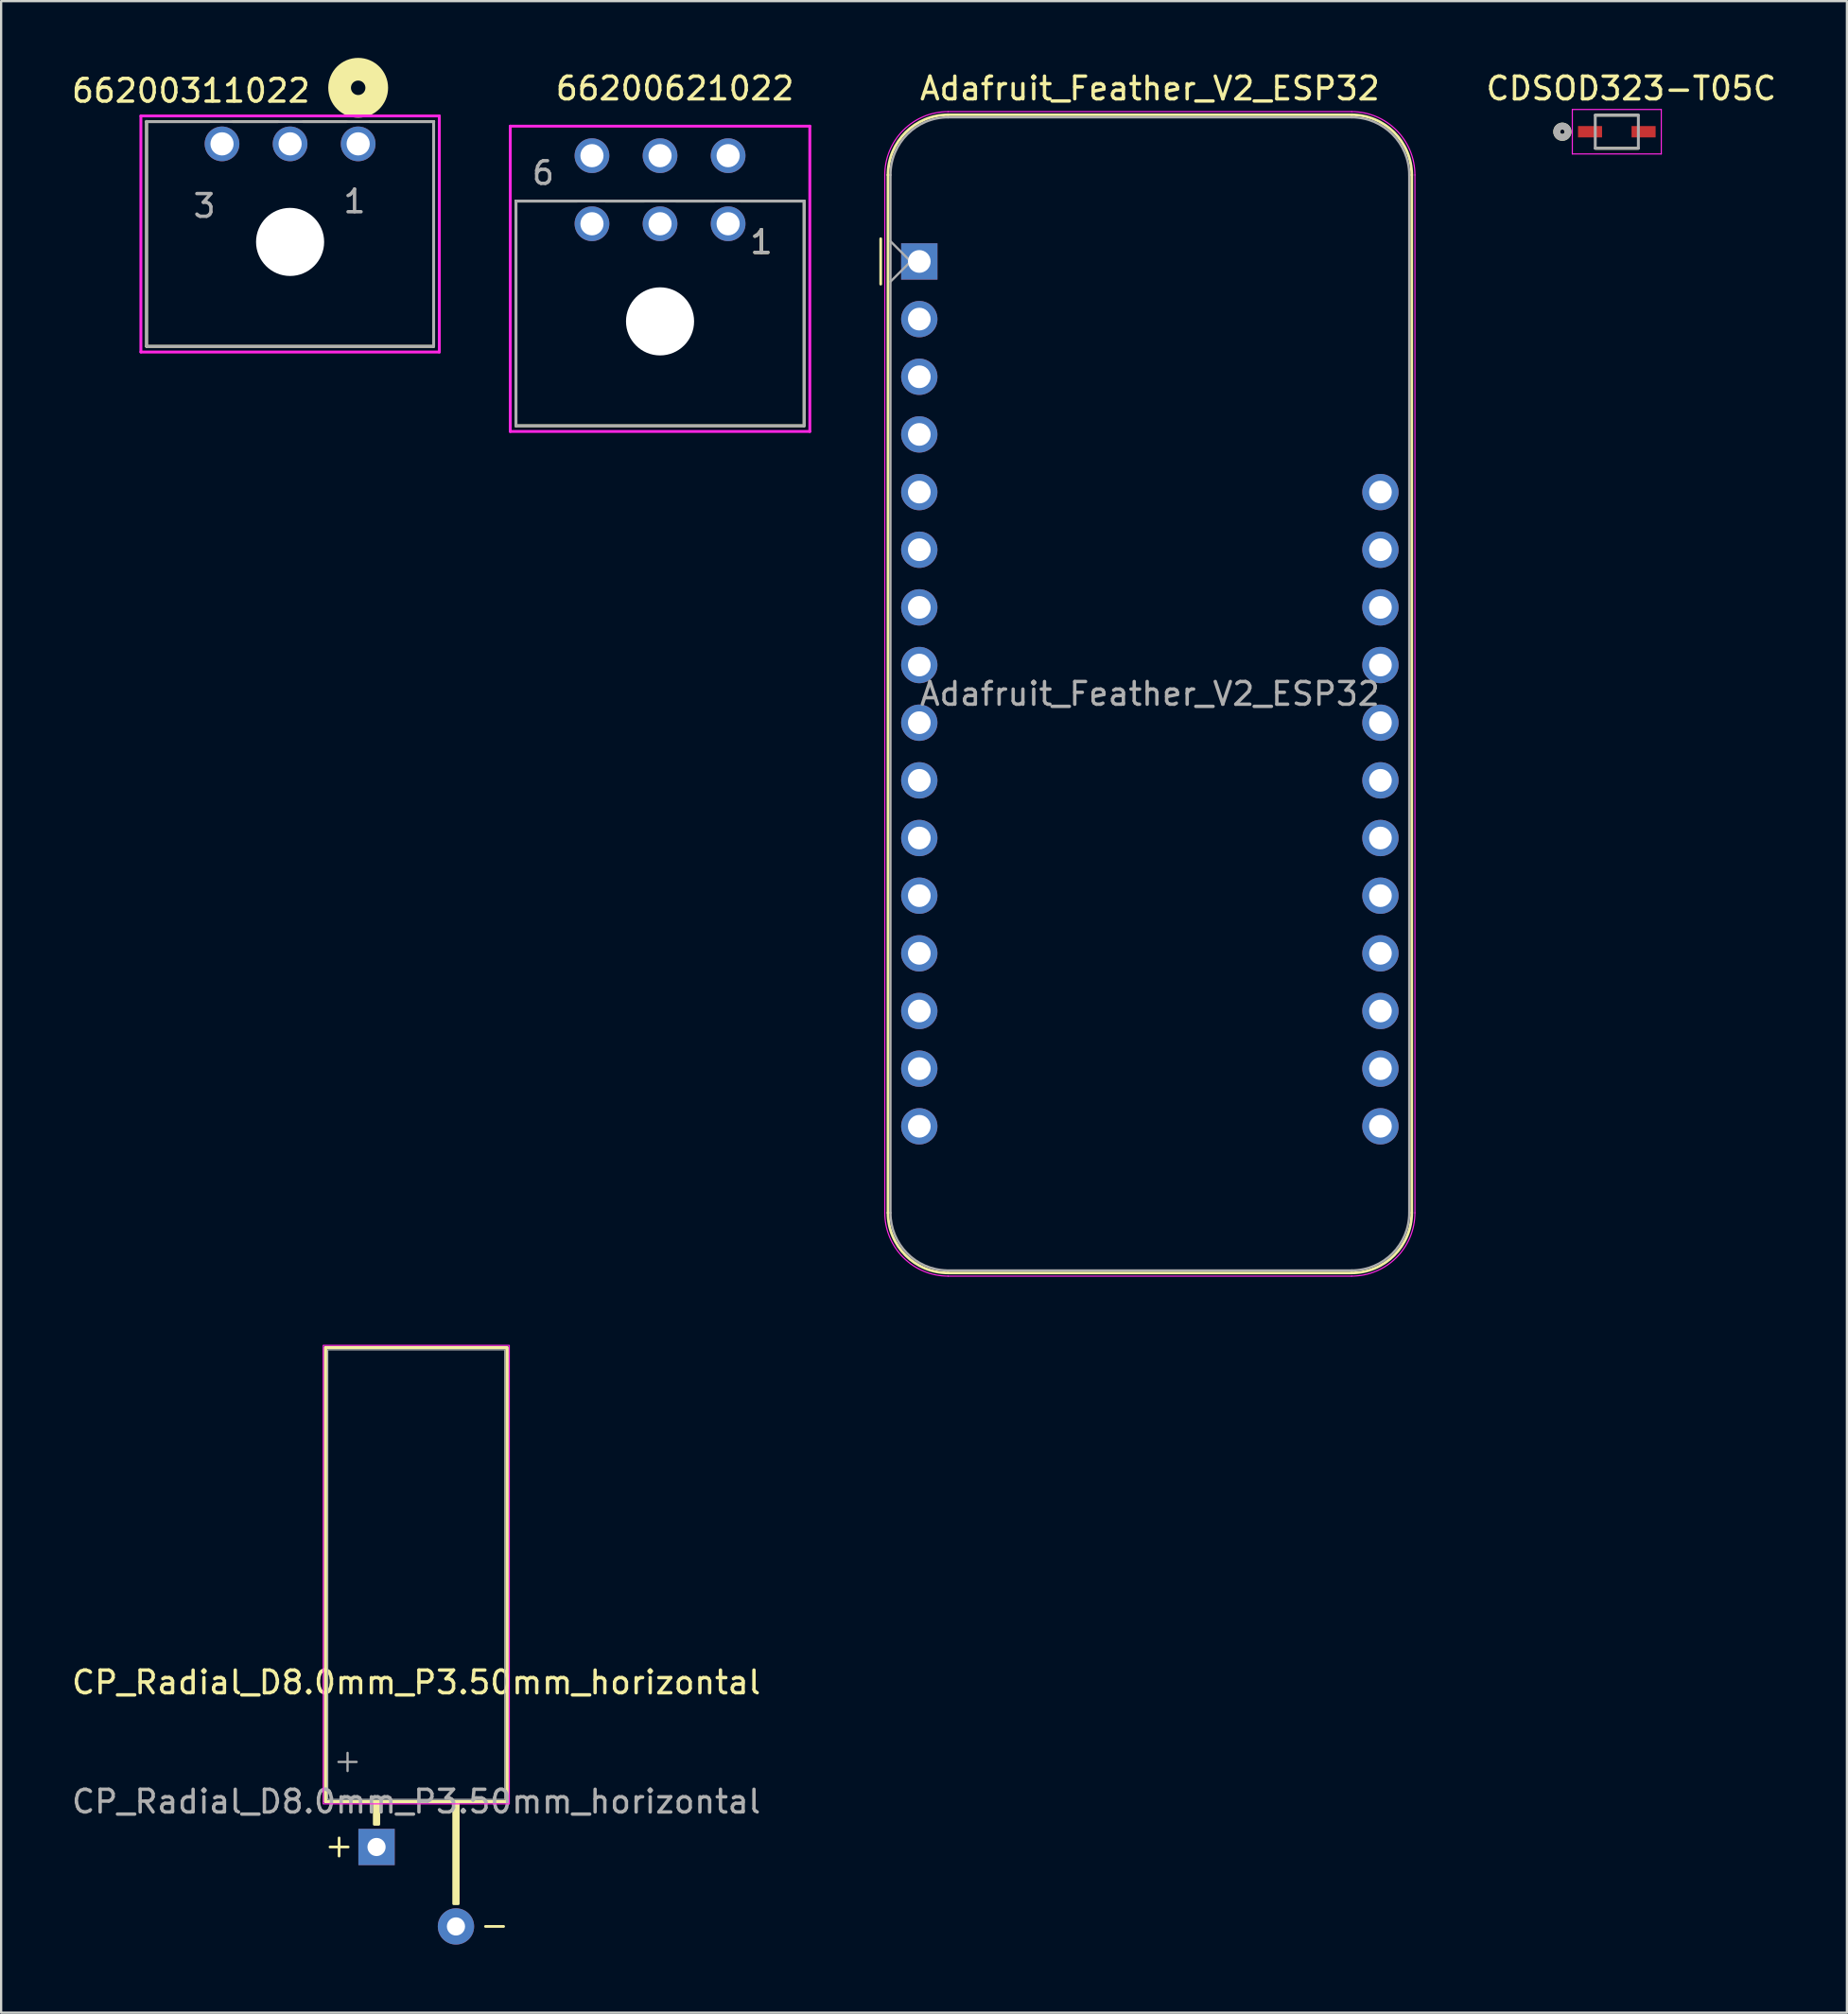
<source format=kicad_pcb>
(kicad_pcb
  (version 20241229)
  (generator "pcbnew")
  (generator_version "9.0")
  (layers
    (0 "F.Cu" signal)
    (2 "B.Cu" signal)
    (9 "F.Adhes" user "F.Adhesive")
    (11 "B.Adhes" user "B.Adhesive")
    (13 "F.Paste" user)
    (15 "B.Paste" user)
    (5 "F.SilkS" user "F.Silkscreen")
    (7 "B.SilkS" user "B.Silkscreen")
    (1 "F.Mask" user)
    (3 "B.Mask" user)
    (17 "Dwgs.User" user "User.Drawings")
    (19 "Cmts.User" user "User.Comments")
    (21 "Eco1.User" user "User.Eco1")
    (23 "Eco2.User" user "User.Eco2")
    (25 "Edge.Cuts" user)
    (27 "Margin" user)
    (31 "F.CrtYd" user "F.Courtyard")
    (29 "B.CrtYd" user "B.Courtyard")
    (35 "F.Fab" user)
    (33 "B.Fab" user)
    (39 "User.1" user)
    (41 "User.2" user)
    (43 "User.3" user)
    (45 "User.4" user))
  (footprint "Adafruit_Feather_V2_ESP32"
    (layer "F.Cu")
    (at 37.459 8.468)
    (property "Reference" "Adafruit_Feather_V2_ESP32" (at 10.16 -7.62 0) (layer "F.SilkS") (effects (font (size 1 1) (thickness 0.15))))
    (attr through_hole)
    (fp_line (start -1.7 1) (end -1.7 -1) (stroke (width 0.12) (type solid)) (layer "F.SilkS"))
    (fp_line (start -1.38 -3.81) (end -1.38 41.91) (stroke (width 0.12) (type solid)) (layer "F.SilkS"))
    (fp_line (start 19.05 -6.46) (end 1.27 -6.46) (stroke (width 0.12) (type solid)) (layer "F.SilkS"))
    (fp_line (start 19.05 44.56) (end 1.27 44.56) (stroke (width 0.12) (type solid)) (layer "F.SilkS"))
    (fp_line (start 21.7 -3.81) (end 21.7 41.91) (stroke (width 0.12) (type solid)) (layer "F.SilkS"))
    (fp_arc (start -1.38 -3.81) (mid -0.603833 -5.683833) (end 1.27 -6.46) (stroke (width 0.12) (type solid)) (layer "F.SilkS"))
    (fp_arc (start 1.27 44.56) (mid -0.603833 43.783833) (end -1.38 41.91) (stroke (width 0.12) (type solid)) (layer "F.SilkS"))
    (fp_arc (start 19.05 -6.46) (mid 20.923833 -5.683833) (end 21.7 -3.81) (stroke (width 0.12) (type solid)) (layer "F.SilkS"))
    (fp_arc (start 21.7 41.91) (mid 20.923833 43.783833) (end 19.05 44.56) (stroke (width 0.12) (type solid)) (layer "F.SilkS"))
    (fp_line (start -1.52 41.91) (end -1.52 -3.81) (stroke (width 0.05) (type solid)) (layer "F.CrtYd"))
    (fp_line (start 19.05 -6.6) (end 1.27 -6.6) (stroke (width 0.05) (type solid)) (layer "F.CrtYd"))
    (fp_line (start 19.05 44.7) (end 1.27 44.7) (stroke (width 0.05) (type solid)) (layer "F.CrtYd"))
    (fp_line (start 21.84 41.91) (end 21.84 -3.81) (stroke (width 0.05) (type solid)) (layer "F.CrtYd"))
    (fp_arc (start -1.52 -3.81) (mid -0.702828 -5.782828) (end 1.27 -6.6) (stroke (width 0.05) (type solid)) (layer "F.CrtYd"))
    (fp_arc (start 1.27 44.7) (mid -0.702828 43.882828) (end -1.52 41.91) (stroke (width 0.05) (type solid)) (layer "F.CrtYd"))
    (fp_arc (start 19.05 -6.6) (mid 21.022828 -5.782828) (end 21.84 -3.81) (stroke (width 0.05) (type solid)) (layer "F.CrtYd"))
    (fp_arc (start 21.84 41.91) (mid 21.022828 43.882828) (end 19.05 44.7) (stroke (width 0.05) (type solid)) (layer "F.CrtYd"))
    (fp_line (start -1.27 -3.81) (end -1.27 41.91) (stroke (width 0.1) (type solid)) (layer "F.Fab"))
    (fp_line (start -1.27 -0.889) (end -0.381 0) (stroke (width 0.1) (type solid)) (layer "F.Fab"))
    (fp_line (start -0.381 0) (end -1.27 0.889) (stroke (width 0.1) (type solid)) (layer "F.Fab"))
    (fp_line (start 1.27 44.45) (end 19.05 44.45) (stroke (width 0.1) (type solid)) (layer "F.Fab"))
    (fp_line (start 19.05 -6.35) (end 1.27 -6.35) (stroke (width 0.1) (type solid)) (layer "F.Fab"))
    (fp_line (start 21.59 41.91) (end 21.59 -3.81) (stroke (width 0.1) (type solid)) (layer "F.Fab"))
    (fp_arc (start -1.27 -3.81) (mid -0.526051 -5.606051) (end 1.27 -6.35) (stroke (width 0.1) (type solid)) (layer "F.Fab"))
    (fp_arc (start 1.221238 44.449532) (mid -0.543209 43.688728) (end -1.27 41.91) (stroke (width 0.1) (type solid)) (layer "F.Fab"))
    (fp_arc (start 19.05 -6.35) (mid 20.846051 -5.606051) (end 21.59 -3.81) (stroke (width 0.1) (type solid)) (layer "F.Fab"))
    (fp_arc (start 21.59 41.91) (mid 20.846051 43.706051) (end 19.05 44.45) (stroke (width 0.1) (type solid)) (layer "F.Fab"))
    (fp_text user "${REFERENCE}" (at 10.16 19.05 180) (layer "F.Fab") (effects (font (size 1 1) (thickness 0.15))))
    (pad "1" thru_hole rect (at 0 0 180) (size 1.6 1.6) (drill 1) (layers "*.Cu" "*.Mask"))
    (pad "2" thru_hole circle (at 0 2.54 180) (size 1.6 1.6) (drill 1) (layers "*.Cu" "*.Mask"))
    (pad "3" thru_hole circle (at 0 5.08 180) (size 1.6 1.6) (drill 1) (layers "*.Cu" "*.Mask"))
    (pad "4" thru_hole circle (at 0 7.62 180) (size 1.6 1.6) (drill 1) (layers "*.Cu" "*.Mask"))
    (pad "5" thru_hole circle (at 0 10.16 180) (size 1.6 1.6) (drill 1) (layers "*.Cu" "*.Mask"))
    (pad "6" thru_hole circle (at 0 12.7 180) (size 1.6 1.6) (drill 1) (layers "*.Cu" "*.Mask"))
    (pad "7" thru_hole circle (at 0 15.24 180) (size 1.6 1.6) (drill 1) (layers "*.Cu" "*.Mask"))
    (pad "8" thru_hole circle (at 0 17.78 180) (size 1.6 1.6) (drill 1) (layers "*.Cu" "*.Mask"))
    (pad "9" thru_hole circle (at 0 20.32 180) (size 1.6 1.6) (drill 1) (layers "*.Cu" "*.Mask"))
    (pad "10" thru_hole circle (at 0 22.86 180) (size 1.6 1.6) (drill 1) (layers "*.Cu" "*.Mask"))
    (pad "11" thru_hole circle (at 0 25.4 180) (size 1.6 1.6) (drill 1) (layers "*.Cu" "*.Mask"))
    (pad "12" thru_hole circle (at 0 27.94 180) (size 1.6 1.6) (drill 1) (layers "*.Cu" "*.Mask"))
    (pad "13" thru_hole circle (at 0 30.48 180) (size 1.6 1.6) (drill 1) (layers "*.Cu" "*.Mask"))
    (pad "14" thru_hole circle (at 0 33.02 180) (size 1.6 1.6) (drill 1) (layers "*.Cu" "*.Mask"))
    (pad "15" thru_hole circle (at 0 35.56 180) (size 1.6 1.6) (drill 1) (layers "*.Cu" "*.Mask"))
    (pad "16" thru_hole circle (at 0 38.1 180) (size 1.6 1.6) (drill 1) (layers "*.Cu" "*.Mask"))
    (pad "17" thru_hole circle (at 20.32 38.1 180) (size 1.6 1.6) (drill 1) (layers "*.Cu" "*.Mask"))
    (pad "18" thru_hole circle (at 20.32 35.56 180) (size 1.6 1.6) (drill 1) (layers "*.Cu" "*.Mask"))
    (pad "19" thru_hole circle (at 20.32 33.02 180) (size 1.6 1.6) (drill 1) (layers "*.Cu" "*.Mask"))
    (pad "20" thru_hole circle (at 20.32 30.48 180) (size 1.6 1.6) (drill 1) (layers "*.Cu" "*.Mask"))
    (pad "21" thru_hole circle (at 20.32 27.94 180) (size 1.6 1.6) (drill 1) (layers "*.Cu" "*.Mask"))
    (pad "22" thru_hole circle (at 20.32 25.4 180) (size 1.6 1.6) (drill 1) (layers "*.Cu" "*.Mask"))
    (pad "23" thru_hole circle (at 20.32 22.86 180) (size 1.6 1.6) (drill 1) (layers "*.Cu" "*.Mask"))
    (pad "24" thru_hole circle (at 20.32 20.32 180) (size 1.6 1.6) (drill 1) (layers "*.Cu" "*.Mask"))
    (pad "25" thru_hole circle (at 20.32 17.78 180) (size 1.6 1.6) (drill 1) (layers "*.Cu" "*.Mask"))
    (pad "26" thru_hole circle (at 20.32 15.24 180) (size 1.6 1.6) (drill 1) (layers "*.Cu" "*.Mask"))
    (pad "27" thru_hole circle (at 20.32 12.7 180) (size 1.6 1.6) (drill 1) (layers "*.Cu" "*.Mask"))
    (pad "28" thru_hole circle (at 20.32 10.16 180) (size 1.6 1.6) (drill 1) (layers "*.Cu" "*.Mask")))
  (footprint "66200621022"
    (layer "F.Cu")
    (at 26.035 11.108)
    (property "Reference" "66200621022" (at 0.655 -10.26 0) (layer "F.SilkS") (effects (font (size 1 1) (thickness 0.15))))
    (attr through_hole)
    (fp_line (start -6.35 4.6) (end -6.35 -5.3) (stroke (width 0.127) (type solid)) (layer "F.SilkS"))
    (fp_line (start -3.66 -5.3) (end -6.35 -5.3) (stroke (width 0.127) (type solid)) (layer "F.SilkS"))
    (fp_line (start -2.4 -5.3) (end -0.7 -5.3) (stroke (width 0.127) (type solid)) (layer "F.SilkS"))
    (fp_line (start 0.7 -5.3) (end 2.4 -5.3) (stroke (width 0.127) (type solid)) (layer "F.SilkS"))
    (fp_line (start 3.56 -5.3) (end 6.35 -5.3) (stroke (width 0.127) (type solid)) (layer "F.SilkS"))
    (fp_line (start 6.35 -5.3) (end 6.35 4.6) (stroke (width 0.127) (type solid)) (layer "F.SilkS"))
    (fp_line (start 6.35 4.6) (end -6.35 4.6) (stroke (width 0.127) (type solid)) (layer "F.SilkS"))
    (fp_line (start -6.6 -8.6) (end 6.6 -8.6) (stroke (width 0.127) (type solid)) (layer "F.CrtYd"))
    (fp_line (start -6.6 4.85) (end -6.6 -8.6) (stroke (width 0.127) (type solid)) (layer "F.CrtYd"))
    (fp_line (start 6.6 -8.6) (end 6.6 4.85) (stroke (width 0.127) (type solid)) (layer "F.CrtYd"))
    (fp_line (start 6.6 4.85) (end -6.6 4.85) (stroke (width 0.127) (type solid)) (layer "F.CrtYd"))
    (fp_line (start -6.35 -5.3) (end 6.35 -5.3) (stroke (width 0.127) (type solid)) (layer "F.Fab"))
    (fp_line (start -6.35 4.6) (end -6.35 -5.3) (stroke (width 0.127) (type solid)) (layer "F.Fab"))
    (fp_line (start 6.35 -5.3) (end 6.35 4.6) (stroke (width 0.127) (type solid)) (layer "F.Fab"))
    (fp_line (start 6.35 4.6) (end -6.35 4.6) (stroke (width 0.127) (type solid)) (layer "F.Fab"))
    (fp_text user "1" (at 4.465 -3.495 0) (layer "F.SilkS") (effects (font (size 1 1) (thickness 0.15))))
    (fp_text user "1" (at 4.465 -3.495 0) (layer "F.Fab") (effects (font (size 1 1) (thickness 0.15))))
    (fp_text user "6" (at -5.15 -6.535 0) (layer "F.Fab") (effects (font (size 1 1) (thickness 0.15))))
    (pad "" np_thru_hole circle (at 0 0) (size 3 3) (drill 3) (layers "*.Cu" "*.Mask"))
    (pad "1" thru_hole circle (at 3 -4.3) (size 1.53 1.53) (drill 1.02) (layers "*.Cu" "*.Mask"))
    (pad "2" thru_hole circle (at 0 -4.3) (size 1.53 1.53) (drill 1.02) (layers "*.Cu" "*.Mask"))
    (pad "3" thru_hole circle (at -3 -4.3) (size 1.53 1.53) (drill 1.02) (layers "*.Cu" "*.Mask"))
    (pad "4" thru_hole circle (at 3 -7.3) (size 1.53 1.53) (drill 1.02) (layers "*.Cu" "*.Mask"))
    (pad "5" thru_hole circle (at 0 -7.3) (size 1.53 1.53) (drill 1.02) (layers "*.Cu" "*.Mask"))
    (pad "6" thru_hole circle (at -3 -7.3) (size 1.53 1.53) (drill 1.02) (layers "*.Cu" "*.Mask")))
  (footprint "CP_Radial_D8.0mm_P3.50mm_horizontal"
    (layer "F.Cu")
    (at 13.542 76.318)
    (property "Reference" "CP_Radial_D8.0mm_P3.50mm_horizontal" (at 1.75 -5.25 0) (layer "F.SilkS") (effects (font (size 1 1) (thickness 0.15))))
    (attr through_hole)
    (fp_line (start -2.05 2) (end -1.25 2) (stroke (width 0.12) (type solid)) (layer "F.SilkS"))
    (fp_line (start -1.65 1.6) (end -1.65 2.4) (stroke (width 0.12) (type solid)) (layer "F.SilkS"))
    (fp_line (start 0 0) (end 1.75 0) (stroke (width 0.12) (type solid)) (layer "F.SilkS"))
    (fp_line (start 1.75 0) (end -2.25 0) (stroke (width 0.12) (type solid)) (layer "F.SilkS"))
    (fp_line (start 4.8 5.5) (end 5.6 5.5) (stroke (width 0.12) (type solid)) (layer "F.SilkS"))
    (fp_rect (start -2.25 0) (end 5.75 -20) (stroke (width 0.15) (type solid)) (fill no) (layer "F.SilkS"))
    (fp_rect (start -0.1 1) (end 0.1 0) (stroke (width 0.12) (type solid)) (fill yes) (layer "F.SilkS"))
    (fp_rect (start 3.4 4.5) (end 3.6 0) (stroke (width 0.12) (type solid)) (fill yes) (layer "F.SilkS"))
    (fp_rect (start -2.35 0.1) (end 5.85 -20.1) (stroke (width 0.05) (type solid)) (fill no) (layer "F.CrtYd"))
    (fp_line (start -1.677 -1.748) (end -0.877 -1.748) (stroke (width 0.1) (type solid)) (layer "F.Fab"))
    (fp_line (start -1.277 -2.147) (end -1.277 -1.347) (stroke (width 0.1) (type solid)) (layer "F.Fab"))
    (fp_rect (start -2.15 -0.1) (end 5.65 -19.9) (stroke (width 0.05) (type solid)) (fill no) (layer "F.Fab"))
    (fp_text user "${REFERENCE}" (at 1.75 0 0) (layer "F.Fab") (effects (font (size 1 1) (thickness 0.15))))
    (pad "1" thru_hole rect (at 0 2) (size 1.6 1.6) (drill 0.8) (layers "*.Cu" "*.Mask"))
    (pad "2" thru_hole circle (at 3.5 5.5) (size 1.6 1.6) (drill 0.8) (layers "*.Cu" "*.Mask")))
  (footprint "66200311022"
    (layer "F.Cu")
    (at 9.733 7.608)
    (property "Reference" "66200311022" (at -4.37 -6.66 0) (layer "F.SilkS") (effects (font (size 1 1) (thickness 0.15))))
    (attr through_hole)
    (fp_line (start -6.325 4.6) (end -6.325 -5.3) (stroke (width 0.127) (type solid)) (layer "F.SilkS"))
    (fp_line (start -6.32 -5.3) (end -6.32 -5.31) (stroke (width 0.127) (type solid)) (layer "F.SilkS"))
    (fp_line (start -3.55 -5.3) (end -6.32 -5.3) (stroke (width 0.127) (type solid)) (layer "F.SilkS"))
    (fp_line (start -2.52 -5.3) (end -0.54 -5.3) (stroke (width 0.127) (type solid)) (layer "F.SilkS"))
    (fp_line (start 0.58 -5.3) (end 2.48 -5.3) (stroke (width 0.127) (type solid)) (layer "F.SilkS"))
    (fp_line (start 3.51 -5.3) (end 6.33 -5.3) (stroke (width 0.127) (type solid)) (layer "F.SilkS"))
    (fp_line (start 6.325 -5.3) (end 6.325 4.6) (stroke (width 0.127) (type solid)) (layer "F.SilkS"))
    (fp_line (start 6.325 4.6) (end -6.325 4.6) (stroke (width 0.127) (type solid)) (layer "F.SilkS"))
    (fp_circle (center 3 -6.79) (end 3.318 -6.79) (stroke (width 1) (type solid)) (fill no) (layer "F.SilkS"))
    (fp_line (start -6.575 -5.55) (end 6.575 -5.55) (stroke (width 0.127) (type solid)) (layer "F.CrtYd"))
    (fp_line (start -6.575 4.85) (end -6.575 -5.55) (stroke (width 0.127) (type solid)) (layer "F.CrtYd"))
    (fp_line (start 6.575 -5.55) (end 6.575 4.85) (stroke (width 0.127) (type solid)) (layer "F.CrtYd"))
    (fp_line (start 6.575 4.85) (end -6.575 4.85) (stroke (width 0.127) (type solid)) (layer "F.CrtYd"))
    (fp_line (start -6.325 -5.3) (end 6.325 -5.3) (stroke (width 0.127) (type solid)) (layer "F.Fab"))
    (fp_line (start -6.325 4.6) (end -6.325 -5.3) (stroke (width 0.127) (type solid)) (layer "F.Fab"))
    (fp_line (start 6.325 -5.3) (end 6.325 4.6) (stroke (width 0.127) (type solid)) (layer "F.Fab"))
    (fp_line (start 6.325 4.6) (end -6.325 4.6) (stroke (width 0.127) (type solid)) (layer "F.Fab"))
    (fp_text user "3" (at -3.775 -1.585 0) (layer "F.Fab") (effects (font (size 1 1) (thickness 0.15))))
    (fp_text user "1" (at 2.84 -1.785 0) (layer "F.Fab") (effects (font (size 1 1) (thickness 0.15))))
    (pad "" np_thru_hole circle (at 0 0) (size 3 3) (drill 3) (layers "*.Cu" "*.Mask"))
    (pad "1" thru_hole circle (at 3 -4.32) (size 1.53 1.53) (drill 1.02) (layers "*.Cu" "*.Mask"))
    (pad "2" thru_hole circle (at 0 -4.32) (size 1.53 1.53) (drill 1.02) (layers "*.Cu" "*.Mask"))
    (pad "3" thru_hole circle (at -3 -4.32) (size 1.53 1.53) (drill 1.02) (layers "*.Cu" "*.Mask")))
  (footprint "CDSOD323-T05C"
    (layer "F.Cu")
    (at 68.195 2.753)
    (property "Reference" "CDSOD323-T05C" (at 0.635 -1.905 0) (layer "F.SilkS") (effects (font (size 1 1) (thickness 0.15))))
    (attr smd)
    (fp_line (start -0.9 -0.73) (end 0.9 -0.73) (stroke (width 0.127) (type solid)) (layer "F.SilkS"))
    (fp_line (start 0.9 0.73) (end -0.9 0.73) (stroke (width 0.127) (type solid)) (layer "F.SilkS"))
    (fp_circle (center -2.4 0) (end -2.3 0) (stroke (width 0.3) (type solid)) (fill no) (layer "F.SilkS"))
    (fp_line (start -1.96 -0.98) (end 1.96 -0.98) (stroke (width 0.05) (type solid)) (layer "F.CrtYd"))
    (fp_line (start -1.96 0.98) (end -1.96 -0.98) (stroke (width 0.05) (type solid)) (layer "F.CrtYd"))
    (fp_line (start 1.96 -0.98) (end 1.96 0.98) (stroke (width 0.05) (type solid)) (layer "F.CrtYd"))
    (fp_line (start 1.96 0.98) (end -1.96 0.98) (stroke (width 0.05) (type solid)) (layer "F.CrtYd"))
    (fp_line (start -0.95 -0.73) (end 0.95 -0.73) (stroke (width 0.127) (type solid)) (layer "F.Fab"))
    (fp_line (start -0.95 0.73) (end -0.95 -0.73) (stroke (width 0.127) (type solid)) (layer "F.Fab"))
    (fp_line (start 0.95 -0.73) (end 0.95 0.73) (stroke (width 0.127) (type solid)) (layer "F.Fab"))
    (fp_line (start 0.95 0.73) (end -0.95 0.73) (stroke (width 0.127) (type solid)) (layer "F.Fab"))
    (fp_circle (center -2.4 0) (end -2.3 0) (stroke (width 0.3) (type solid)) (fill no) (layer "F.Fab"))
    (pad "1" smd rect (at -1.18 0) (size 1.06 0.5) (layers "F.Cu" "F.Mask" "F.Paste"))
    (pad "2" smd rect (at 1.18 0) (size 1.06 0.5) (layers "F.Cu" "F.Mask" "F.Paste")))
  (gr_rect
    (start -3 -3)
    (end 78.335 85.618)
    (stroke (width 0.1) (type default))
    (fill no)
    (layer "Edge.Cuts")))
</source>
